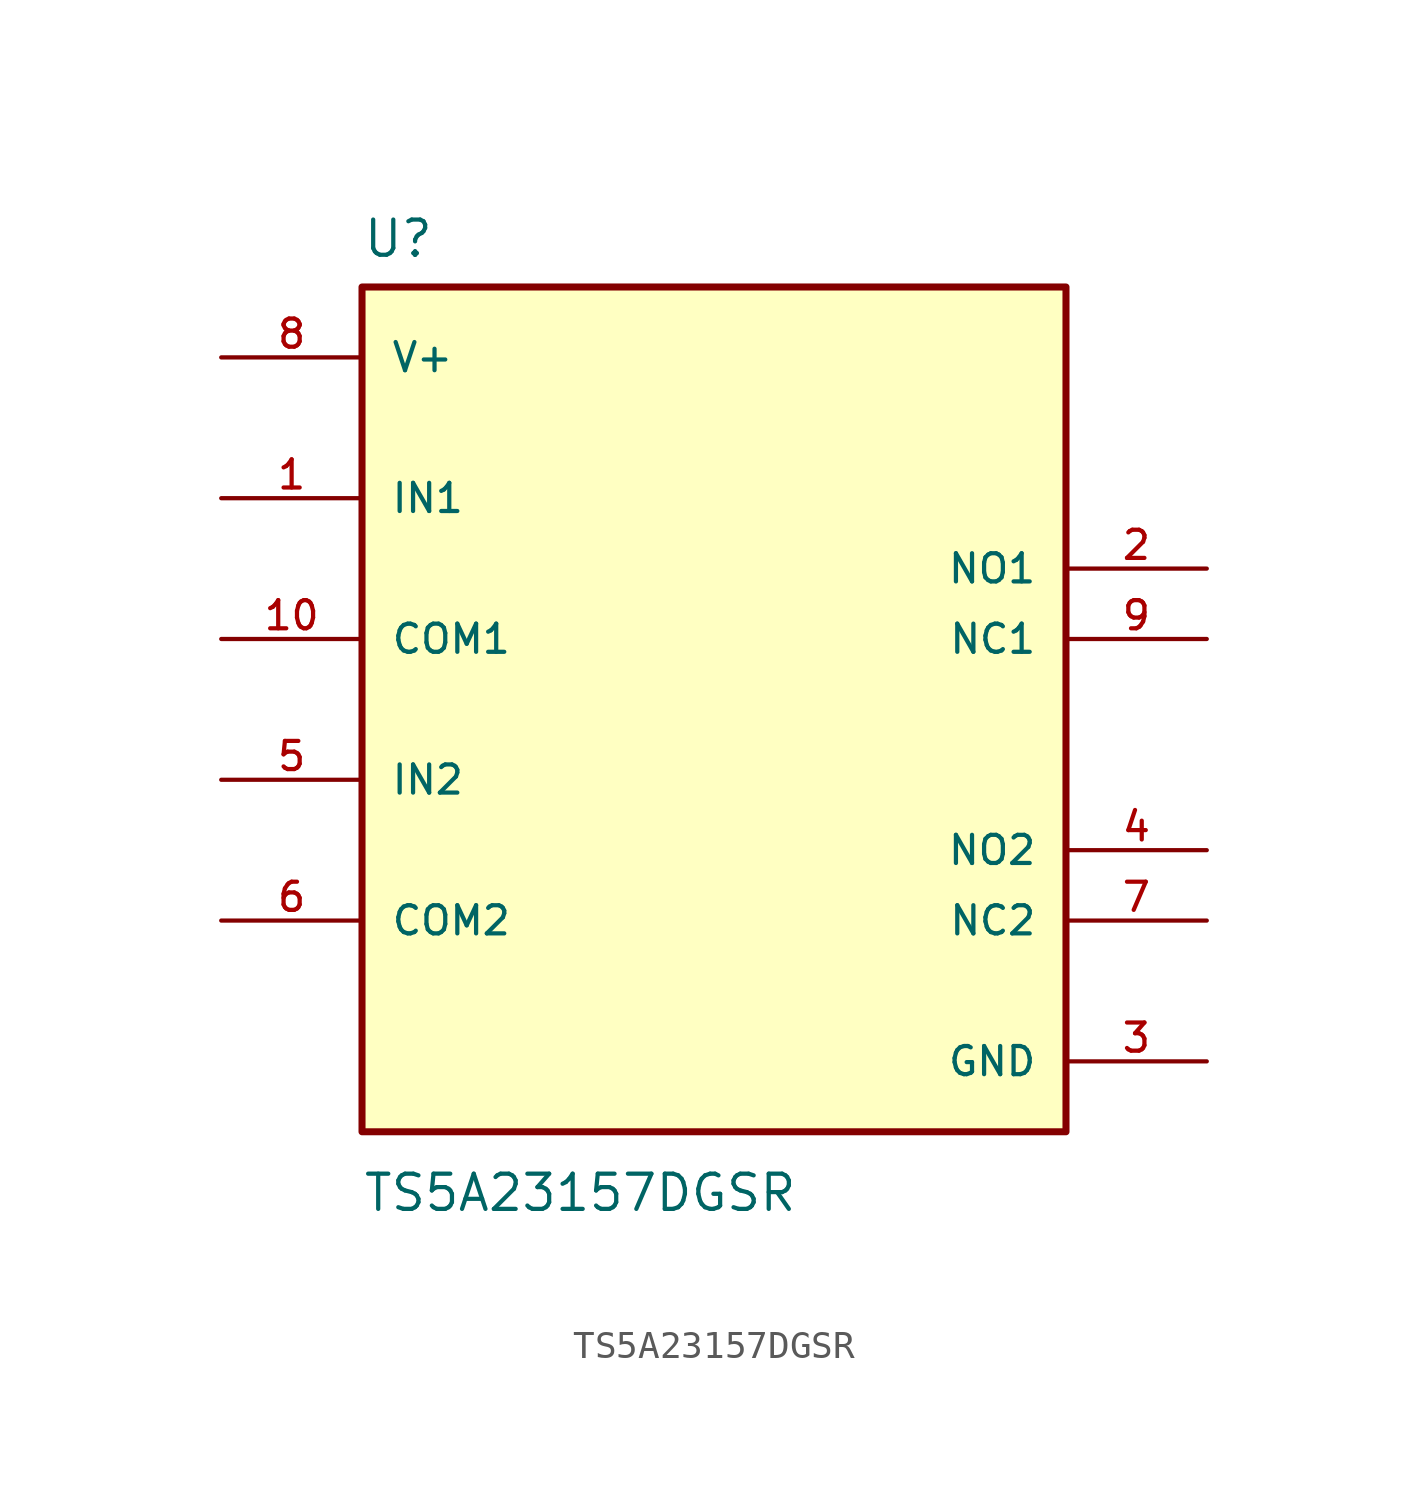
<source format=kicad_sym>
(kicad_symbol_lib
  (version 20211014)
  (generator kicad_symbol_editor)
  (symbol "TS5A23157DGSR"
    (pin_names
      (offset 1.016))
    (property "Reference" "U"
      (at -12.7 16.24 0.0)
      (effects (font (size 1.27 1.27)) (justify bottom left)))
    (property "Value" "TS5A23157DGSR"
      (at -12.7 -16.7 0.0)
      (effects (font (size 1.27 1.27)) (justify top left)))
    (symbol "TS5A23157DGSR_0_0"
      (rectangle (start -12.7 -15.24) (end 12.7 15.24) (stroke (width 0.254)) (fill (type background)))
      (pin bidirectional line (at 17.78 5.08 180.0) (length 5.08) (name "NO1" (effects (font (size 1.016 1.016)))) (number "2" (effects (font (size 1.016 1.016)))))
      (pin input line (at -17.78 -2.54 0) (length 5.08) (name "IN2" (effects (font (size 1.016 1.016)))) (number "5" (effects (font (size 1.016 1.016)))))
      (pin bidirectional line (at 17.78 -7.62 180.0) (length 5.08) (name "NC2" (effects (font (size 1.016 1.016)))) (number "7" (effects (font (size 1.016 1.016)))))
      (pin input line (at -17.78 7.62 0) (length 5.08) (name "IN1" (effects (font (size 1.016 1.016)))) (number "1" (effects (font (size 1.016 1.016)))))
      (pin bidirectional line (at -17.78 -7.62 0) (length 5.08) (name "COM2" (effects (font (size 1.016 1.016)))) (number "6" (effects (font (size 1.016 1.016)))))
      (pin bidirectional line (at 17.78 2.54 180.0) (length 5.08) (name "NC1" (effects (font (size 1.016 1.016)))) (number "9" (effects (font (size 1.016 1.016)))))
      (pin bidirectional line (at -17.78 2.54 0) (length 5.08) (name "COM1" (effects (font (size 1.016 1.016)))) (number "10" (effects (font (size 1.016 1.016)))))
      (pin bidirectional line (at 17.78 -5.08 180.0) (length 5.08) (name "NO2" (effects (font (size 1.016 1.016)))) (number "4" (effects (font (size 1.016 1.016)))))
      (pin power_in line (at 17.78 -12.7 180.0) (length 5.08) (name "GND" (effects (font (size 1.016 1.016)))) (number "3" (effects (font (size 1.016 1.016)))))
      (pin power_in line (at -17.78 12.7 0) (length 5.08) (name "V+" (effects (font (size 1.016 1.016)))) (number "8" (effects (font (size 1.016 1.016))))))))
</source>
